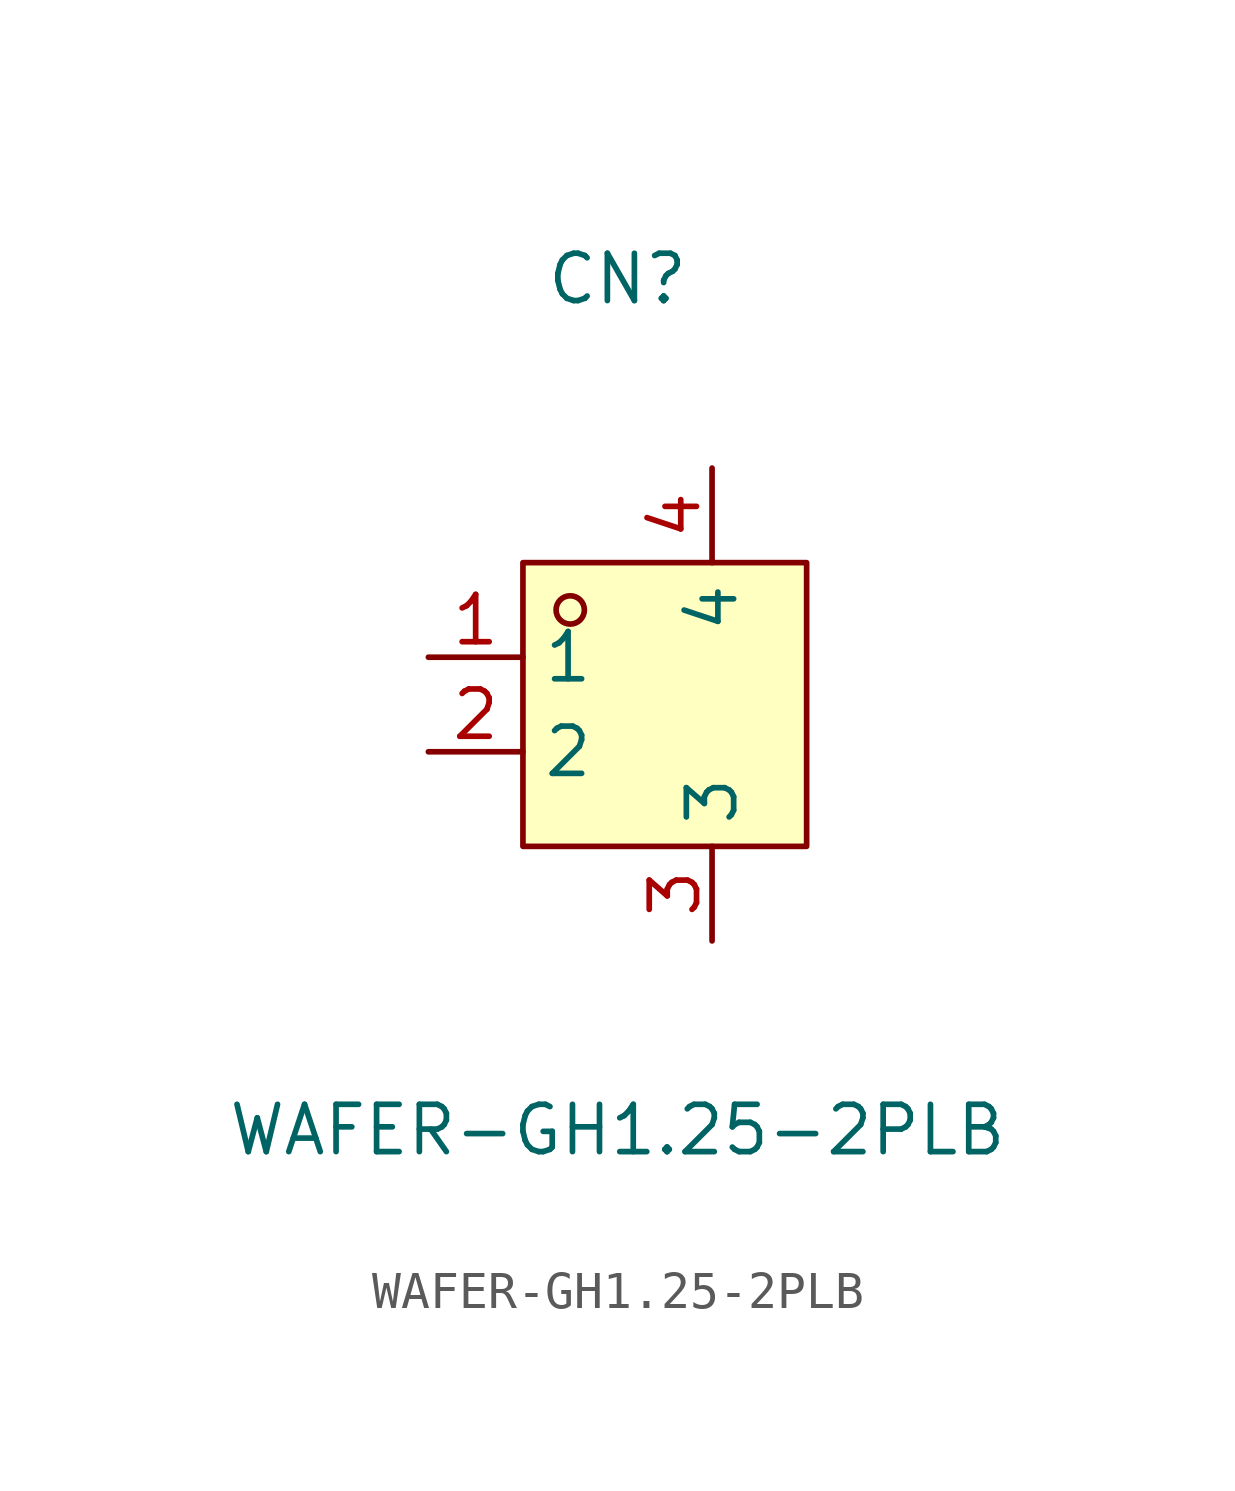
<source format=kicad_sym>
(kicad_symbol_lib
  (version 20211014)
  (generator https://github.com/uPesy/easyeda2kicad.py)
  (symbol "WAFER-GH1.25-2PLB"
    (property "Reference" "CN"
      (at 0 11.43 0)
      (effects (font (size 1.27 1.27))))
    (property "Value" "WAFER-GH1.25-2PLB"
      (at 0 -11.43 0)
      (effects (font (size 1.27 1.27))))
    (symbol "WAFER-GH1.25-2PLB_0_1"
      (rectangle (start -2.54 3.81) (end 5.08 -3.81) (stroke (width 0) (type default) (color 0 0 0 0)) (fill (type background)))
      (circle (center -1.27 2.54) (radius 0.38) (stroke (width 0) (type default) (color 0 0 0 0)) (fill (type none)))
      (pin unspecified line (at -5.08 1.27 0) (length 2.54) (name "1" (effects (font (size 1.27 1.27)))) (number "1" (effects (font (size 1.27 1.27)))))
      (pin unspecified line (at -5.08 -1.27 0) (length 2.54) (name "2" (effects (font (size 1.27 1.27)))) (number "2" (effects (font (size 1.27 1.27)))))
      (pin unspecified line (at 2.54 -6.35 90) (length 2.54) (name "3" (effects (font (size 1.27 1.27)))) (number "3" (effects (font (size 1.27 1.27)))))
      (pin unspecified line (at 2.54 6.35 270) (length 2.54) (name "4" (effects (font (size 1.27 1.27)))) (number "4" (effects (font (size 1.27 1.27))))))))
</source>
